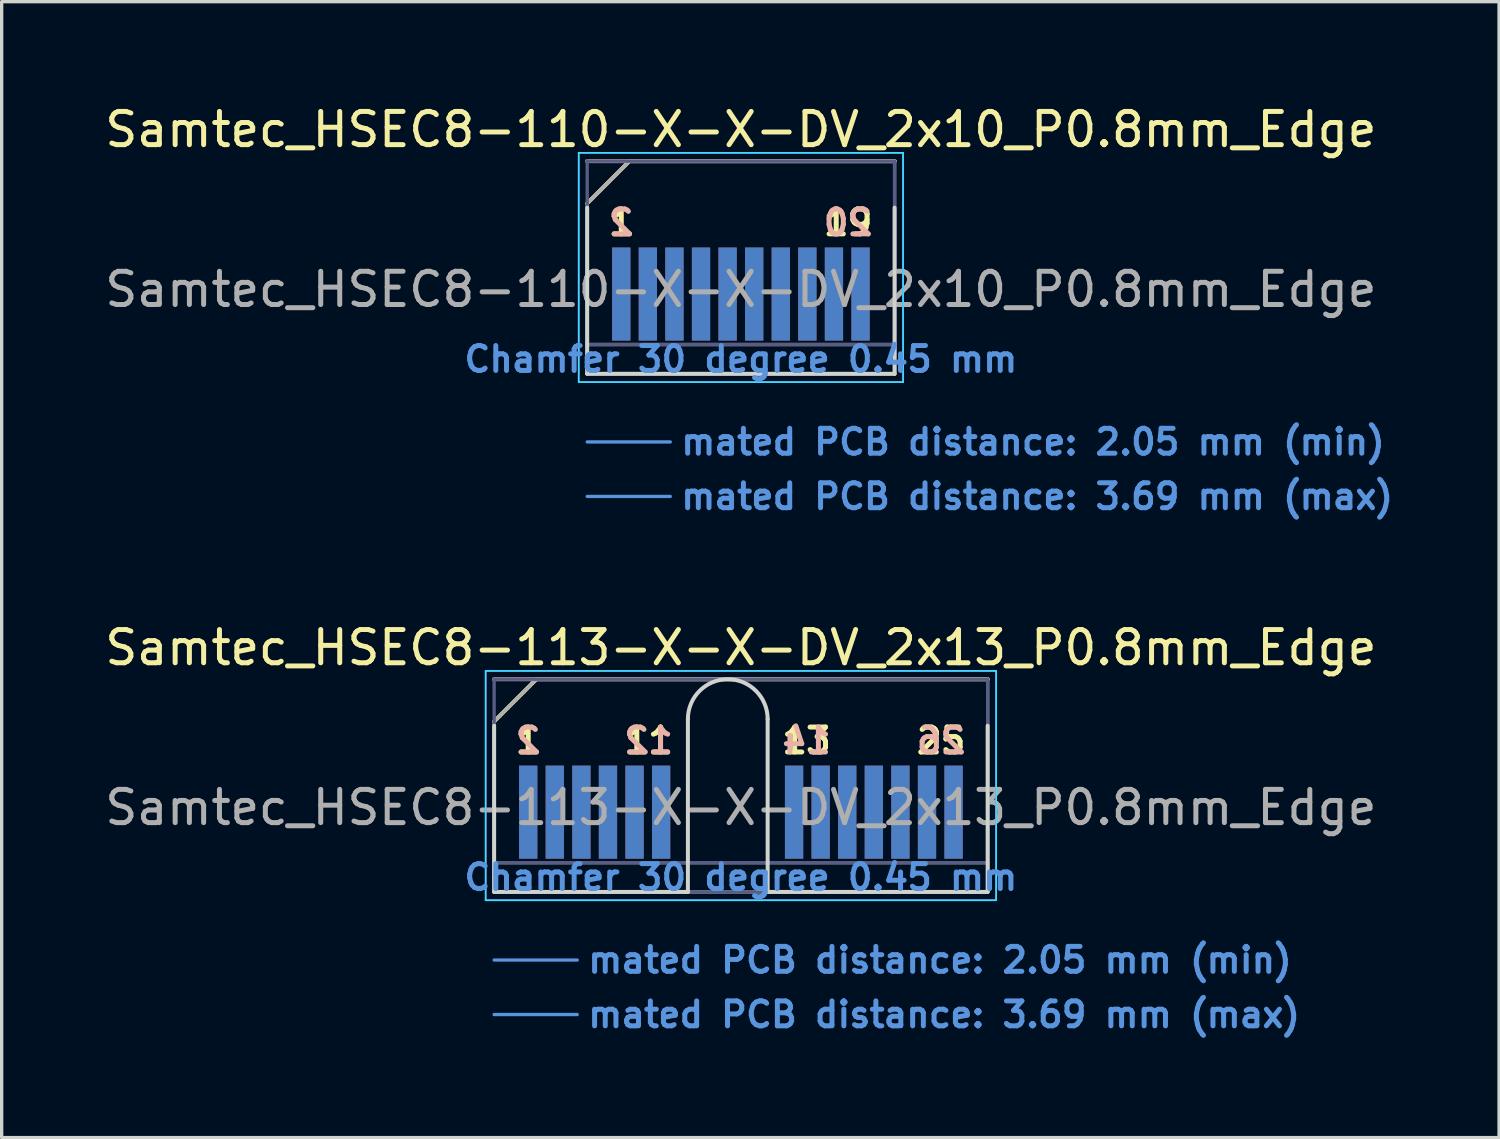
<source format=kicad_pcb>
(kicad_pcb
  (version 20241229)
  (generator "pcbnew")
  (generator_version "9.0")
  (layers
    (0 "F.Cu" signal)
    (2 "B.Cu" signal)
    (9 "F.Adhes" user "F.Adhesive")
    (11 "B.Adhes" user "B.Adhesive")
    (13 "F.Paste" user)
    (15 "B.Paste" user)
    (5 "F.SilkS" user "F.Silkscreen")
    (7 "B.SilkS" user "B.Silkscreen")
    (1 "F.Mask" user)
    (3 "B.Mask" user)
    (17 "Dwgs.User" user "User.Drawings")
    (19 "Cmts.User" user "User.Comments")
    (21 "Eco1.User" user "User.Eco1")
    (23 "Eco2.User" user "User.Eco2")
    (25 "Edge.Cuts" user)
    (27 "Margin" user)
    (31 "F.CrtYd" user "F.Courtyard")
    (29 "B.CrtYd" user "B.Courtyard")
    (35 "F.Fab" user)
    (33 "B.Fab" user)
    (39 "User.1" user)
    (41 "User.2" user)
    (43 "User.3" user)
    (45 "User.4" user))
  (footprint "Samtec_HSEC8-110-X-X-DV_2x10_P0.8mm_Edge"
    (layer "F.Cu")
    (at 19.244 8.198)
    (property "Reference" "Samtec_HSEC8-110-X-X-DV_2x10_P0.8mm_Edge" (at 0 -7.35 0) (layer "F.SilkS") (effects (font (size 1 1) (thickness 0.15))))
    (attr exclude_from_pos_files exclude_from_bom)
    (fp_line (start -4.625 -5.13) (end -3.355 -6.4) (stroke (width 0.12) (type solid)) (layer "F.SilkS"))
    (fp_line (start -3.355 -6.4) (end 4.625 -6.4) (stroke (width 0.12) (type solid)) (layer "F.SilkS"))
    (fp_line (start -4.625 -6.4) (end -4.625 -6.4) (stroke (width 0.12) (type solid)) (layer "B.SilkS"))
    (fp_line (start -4.625 -6.4) (end 4.625 -6.4) (stroke (width 0.12) (type solid)) (layer "B.SilkS"))
    (fp_line (start -4.625 2.05) (end -2.125 2.05) (stroke (width 0.1) (type solid)) (layer "Cmts.User"))
    (fp_line (start -4.625 3.69) (end -2.125 3.69) (stroke (width 0.1) (type solid)) (layer "Cmts.User"))
    (fp_line (start -4.625 -5) (end -4.625 0) (stroke (width 0.12) (type solid)) (layer "Edge.Cuts"))
    (fp_line (start -4.625 0) (end 4.625 0) (stroke (width 0.12) (type solid)) (layer "Edge.Cuts"))
    (fp_line (start 4.625 0) (end 4.625 -5) (stroke (width 0.12) (type solid)) (layer "Edge.Cuts"))
    (fp_line (start -4.88 -6.65) (end -4.88 0.25) (stroke (width 0.05) (type solid)) (layer "B.CrtYd"))
    (fp_line (start -4.88 0.25) (end 4.88 0.25) (stroke (width 0.05) (type solid)) (layer "B.CrtYd"))
    (fp_line (start 4.88 -6.65) (end -4.88 -6.65) (stroke (width 0.05) (type solid)) (layer "B.CrtYd"))
    (fp_line (start 4.88 0.25) (end 4.88 -6.65) (stroke (width 0.05) (type solid)) (layer "B.CrtYd"))
    (fp_line (start -4.88 -6.65) (end -4.88 0.25) (stroke (width 0.05) (type solid)) (layer "F.CrtYd"))
    (fp_line (start -4.88 0.25) (end 4.88 0.25) (stroke (width 0.05) (type solid)) (layer "F.CrtYd"))
    (fp_line (start 4.88 -6.65) (end -4.88 -6.65) (stroke (width 0.05) (type solid)) (layer "F.CrtYd"))
    (fp_line (start 4.88 0.25) (end 4.88 -6.65) (stroke (width 0.05) (type solid)) (layer "F.CrtYd"))
    (fp_line (start -4.625 -6.4) (end -4.625 -6.4) (stroke (width 0.1) (type solid)) (layer "B.Fab"))
    (fp_line (start -4.625 -6.4) (end -4.625 0) (stroke (width 0.1) (type solid)) (layer "B.Fab"))
    (fp_line (start -4.625 -6.4) (end 4.625 -6.4) (stroke (width 0.1) (type solid)) (layer "B.Fab"))
    (fp_line (start -4.625 -0.88) (end 4.625 -0.88) (stroke (width 0.1) (type solid)) (layer "B.Fab"))
    (fp_line (start -4.625 0) (end 4.625 0) (stroke (width 0.1) (type solid)) (layer "B.Fab"))
    (fp_line (start 4.625 -6.4) (end 4.625 0) (stroke (width 0.1) (type solid)) (layer "B.Fab"))
    (fp_line (start -4.625 -5.13) (end -4.625 0) (stroke (width 0.1) (type solid)) (layer "F.Fab"))
    (fp_line (start -4.625 -5.13) (end -3.355 -6.4) (stroke (width 0.1) (type solid)) (layer "F.Fab"))
    (fp_line (start -4.625 -0.88) (end 4.625 -0.88) (stroke (width 0.1) (type solid)) (layer "F.Fab"))
    (fp_line (start -4.625 0) (end 4.625 0) (stroke (width 0.1) (type solid)) (layer "F.Fab"))
    (fp_line (start -3.355 -6.4) (end 4.625 -6.4) (stroke (width 0.1) (type solid)) (layer "F.Fab"))
    (fp_line (start 4.625 -6.4) (end 4.625 0) (stroke (width 0.1) (type solid)) (layer "F.Fab"))
    (fp_text user "1" (at -3.6 -4.55 0) (layer "F.SilkS") (effects (font (size 0.75 0.75) (thickness 0.15))))
    (fp_text user "19" (at 3.225 -4.55 0) (layer "F.SilkS") (effects (font (size 0.75 0.75) (thickness 0.15))))
    (fp_text user "20" (at 3.225 -4.55 0) (layer "B.SilkS") (effects (font (size 0.75 0.75) (thickness 0.15)) (justify mirror)))
    (fp_text user "2" (at -3.6 -4.55 0) (layer "B.SilkS") (effects (font (size 0.75 0.75) (thickness 0.15)) (justify mirror)))
    (fp_text user "Chamfer 30 degree 0.45 mm" (at 0 -0.44 0) (layer "Cmts.User") (effects (font (size 0.75 0.75) (thickness 0.15))))
    (fp_text user "mated PCB distance: 2.05 mm (min)" (at -1.88 2.05 0) (layer "Cmts.User") (effects (font (size 0.75 0.75) (thickness 0.15)) (justify left)))
    (fp_text user "mated PCB distance: 3.69 mm (max)" (at -1.88 3.69 0) (layer "Cmts.User") (effects (font (size 0.75 0.75) (thickness 0.15)) (justify left)))
    (fp_text user "${REFERENCE}" (at 0 -2.54 0) (layer "F.Fab") (effects (font (size 1 1) (thickness 0.15))))
    (pad "1" connect rect (at -3.6 -2.4) (size 0.55 2.8) (layers "F.Cu" "F.Mask"))
    (pad "2" connect rect (at -3.6 -2.4) (size 0.55 2.8) (layers "B.Cu" "B.Mask"))
    (pad "3" connect rect (at -2.8 -2.4) (size 0.55 2.8) (layers "F.Cu" "F.Mask"))
    (pad "4" connect rect (at -2.8 -2.4) (size 0.55 2.8) (layers "B.Cu" "B.Mask"))
    (pad "5" connect rect (at -2 -2.4) (size 0.55 2.8) (layers "F.Cu" "F.Mask"))
    (pad "6" connect rect (at -2 -2.4) (size 0.55 2.8) (layers "B.Cu" "B.Mask"))
    (pad "7" connect rect (at -1.2 -2.4) (size 0.55 2.8) (layers "F.Cu" "F.Mask"))
    (pad "8" connect rect (at -1.2 -2.4) (size 0.55 2.8) (layers "B.Cu" "B.Mask"))
    (pad "9" connect rect (at -0.4 -2.4) (size 0.55 2.8) (layers "F.Cu" "F.Mask"))
    (pad "10" connect rect (at -0.4 -2.4) (size 0.55 2.8) (layers "B.Cu" "B.Mask"))
    (pad "11" connect rect (at 0.4 -2.4) (size 0.55 2.8) (layers "F.Cu" "F.Mask"))
    (pad "12" connect rect (at 0.4 -2.4) (size 0.55 2.8) (layers "B.Cu" "B.Mask"))
    (pad "13" connect rect (at 1.2 -2.4) (size 0.55 2.8) (layers "F.Cu" "F.Mask"))
    (pad "14" connect rect (at 1.2 -2.4) (size 0.55 2.8) (layers "B.Cu" "B.Mask"))
    (pad "15" connect rect (at 2 -2.4) (size 0.55 2.8) (layers "F.Cu" "F.Mask"))
    (pad "16" connect rect (at 2 -2.4) (size 0.55 2.8) (layers "B.Cu" "B.Mask"))
    (pad "17" connect rect (at 2.8 -2.4) (size 0.55 2.8) (layers "F.Cu" "F.Mask"))
    (pad "18" connect rect (at 2.8 -2.4) (size 0.55 2.8) (layers "B.Cu" "B.Mask"))
    (pad "19" connect rect (at 3.6 -2.4) (size 0.55 2.8) (layers "F.Cu" "F.Mask"))
    (pad "20" connect rect (at 3.6 -2.4) (size 0.55 2.8) (layers "B.Cu" "B.Mask")))
  (footprint "Samtec_HSEC8-113-X-X-DV_2x13_P0.8mm_Edge"
    (layer "F.Cu")
    (at 19.244 23.788)
    (property "Reference" "Samtec_HSEC8-113-X-X-DV_2x13_P0.8mm_Edge" (at 0 -7.35 0) (layer "F.SilkS") (effects (font (size 1 1) (thickness 0.15))))
    (attr exclude_from_pos_files exclude_from_bom)
    (fp_line (start -7.425 -5.13) (end -6.155 -6.4) (stroke (width 0.12) (type solid)) (layer "F.SilkS"))
    (fp_line (start -6.155 -6.4) (end 7.425 -6.4) (stroke (width 0.12) (type solid)) (layer "F.SilkS"))
    (fp_line (start -7.425 -6.4) (end -7.425 -6.4) (stroke (width 0.12) (type solid)) (layer "B.SilkS"))
    (fp_line (start -7.425 -6.4) (end 7.425 -6.4) (stroke (width 0.12) (type solid)) (layer "B.SilkS"))
    (fp_line (start -7.425 2.05) (end -4.925 2.05) (stroke (width 0.1) (type solid)) (layer "Cmts.User"))
    (fp_line (start -7.425 3.69) (end -4.925 3.69) (stroke (width 0.1) (type solid)) (layer "Cmts.User"))
    (fp_line (start -7.425 -5) (end -7.425 0) (stroke (width 0.12) (type solid)) (layer "Edge.Cuts"))
    (fp_line (start -7.425 0) (end -1.595 0) (stroke (width 0.12) (type solid)) (layer "Edge.Cuts"))
    (fp_line (start -1.595 0) (end -1.595 -5.2) (stroke (width 0.12) (type solid)) (layer "Edge.Cuts"))
    (fp_line (start 0.805 -5.2) (end 0.805 0) (stroke (width 0.12) (type solid)) (layer "Edge.Cuts"))
    (fp_line (start 0.805 0) (end 7.425 0) (stroke (width 0.12) (type solid)) (layer "Edge.Cuts"))
    (fp_line (start 7.425 0) (end 7.425 -5) (stroke (width 0.12) (type solid)) (layer "Edge.Cuts"))
    (fp_arc (start -1.595 -5.2) (mid -0.395 -6.4) (end 0.805 -5.2) (stroke (width 0.12) (type solid)) (layer "Edge.Cuts"))
    (fp_line (start -7.68 -6.65) (end -7.68 0.25) (stroke (width 0.05) (type solid)) (layer "B.CrtYd"))
    (fp_line (start -7.68 0.25) (end 7.68 0.25) (stroke (width 0.05) (type solid)) (layer "B.CrtYd"))
    (fp_line (start 7.68 -6.65) (end -7.68 -6.65) (stroke (width 0.05) (type solid)) (layer "B.CrtYd"))
    (fp_line (start 7.68 0.25) (end 7.68 -6.65) (stroke (width 0.05) (type solid)) (layer "B.CrtYd"))
    (fp_line (start -7.68 -6.65) (end -7.68 0.25) (stroke (width 0.05) (type solid)) (layer "F.CrtYd"))
    (fp_line (start -7.68 0.25) (end 7.68 0.25) (stroke (width 0.05) (type solid)) (layer "F.CrtYd"))
    (fp_line (start 7.68 -6.65) (end -7.68 -6.65) (stroke (width 0.05) (type solid)) (layer "F.CrtYd"))
    (fp_line (start 7.68 0.25) (end 7.68 -6.65) (stroke (width 0.05) (type solid)) (layer "F.CrtYd"))
    (fp_line (start -7.425 -6.4) (end -7.425 -6.4) (stroke (width 0.1) (type solid)) (layer "B.Fab"))
    (fp_line (start -7.425 -6.4) (end -7.425 0) (stroke (width 0.1) (type solid)) (layer "B.Fab"))
    (fp_line (start -7.425 -6.4) (end 7.425 -6.4) (stroke (width 0.1) (type solid)) (layer "B.Fab"))
    (fp_line (start -7.425 -0.88) (end 7.425 -0.88) (stroke (width 0.1) (type solid)) (layer "B.Fab"))
    (fp_line (start -7.425 0) (end 7.425 0) (stroke (width 0.1) (type solid)) (layer "B.Fab"))
    (fp_line (start 7.425 -6.4) (end 7.425 0) (stroke (width 0.1) (type solid)) (layer "B.Fab"))
    (fp_line (start -7.425 -5.13) (end -7.425 0) (stroke (width 0.1) (type solid)) (layer "F.Fab"))
    (fp_line (start -7.425 -5.13) (end -6.155 -6.4) (stroke (width 0.1) (type solid)) (layer "F.Fab"))
    (fp_line (start -7.425 -0.88) (end 7.425 -0.88) (stroke (width 0.1) (type solid)) (layer "F.Fab"))
    (fp_line (start -7.425 0) (end 7.425 0) (stroke (width 0.1) (type solid)) (layer "F.Fab"))
    (fp_line (start -6.155 -6.4) (end 7.425 -6.4) (stroke (width 0.1) (type solid)) (layer "F.Fab"))
    (fp_line (start 7.425 -6.4) (end 7.425 0) (stroke (width 0.1) (type solid)) (layer "F.Fab"))
    (fp_text user "25" (at 6.025 -4.55 0) (layer "F.SilkS") (effects (font (size 0.75 0.75) (thickness 0.15))))
    (fp_text user "11" (at -2.775 -4.55 0) (layer "F.SilkS") (effects (font (size 0.75 0.75) (thickness 0.15))))
    (fp_text user "1" (at -6.4 -4.55 0) (layer "F.SilkS") (effects (font (size 0.75 0.75) (thickness 0.15))))
    (fp_text user "13" (at 1.975 -4.55 0) (layer "F.SilkS") (effects (font (size 0.75 0.75) (thickness 0.15))))
    (fp_text user "26" (at 6.025 -4.55 0) (layer "B.SilkS") (effects (font (size 0.75 0.75) (thickness 0.15)) (justify mirror)))
    (fp_text user "12" (at -2.775 -4.55 0) (layer "B.SilkS") (effects (font (size 0.75 0.75) (thickness 0.15)) (justify mirror)))
    (fp_text user "14" (at 1.975 -4.55 0) (layer "B.SilkS") (effects (font (size 0.75 0.75) (thickness 0.15)) (justify mirror)))
    (fp_text user "2" (at -6.4 -4.55 0) (layer "B.SilkS") (effects (font (size 0.75 0.75) (thickness 0.15)) (justify mirror)))
    (fp_text user "mated PCB distance: 3.69 mm (max)" (at -4.68 3.69 0) (layer "Cmts.User") (effects (font (size 0.75 0.75) (thickness 0.15)) (justify left)))
    (fp_text user "mated PCB distance: 2.05 mm (min)" (at -4.68 2.05 0) (layer "Cmts.User") (effects (font (size 0.75 0.75) (thickness 0.15)) (justify left)))
    (fp_text user "Chamfer 30 degree 0.45 mm" (at 0 -0.44 0) (layer "Cmts.User") (effects (font (size 0.75 0.75) (thickness 0.15))))
    (fp_text user "${REFERENCE}" (at 0 -2.54 0) (layer "F.Fab") (effects (font (size 1 1) (thickness 0.15))))
    (pad "1" connect rect (at -6.4 -2.4) (size 0.55 2.8) (layers "F.Cu" "F.Mask"))
    (pad "2" connect rect (at -6.4 -2.4) (size 0.55 2.8) (layers "B.Cu" "B.Mask"))
    (pad "3" connect rect (at -5.6 -2.4) (size 0.55 2.8) (layers "F.Cu" "F.Mask"))
    (pad "4" connect rect (at -5.6 -2.4) (size 0.55 2.8) (layers "B.Cu" "B.Mask"))
    (pad "5" connect rect (at -4.8 -2.4) (size 0.55 2.8) (layers "F.Cu" "F.Mask"))
    (pad "6" connect rect (at -4.8 -2.4) (size 0.55 2.8) (layers "B.Cu" "B.Mask"))
    (pad "7" connect rect (at -4 -2.4) (size 0.55 2.8) (layers "F.Cu" "F.Mask"))
    (pad "8" connect rect (at -4 -2.4) (size 0.55 2.8) (layers "B.Cu" "B.Mask"))
    (pad "9" connect rect (at -3.2 -2.4) (size 0.55 2.8) (layers "F.Cu" "F.Mask"))
    (pad "10" connect rect (at -3.2 -2.4) (size 0.55 2.8) (layers "B.Cu" "B.Mask"))
    (pad "11" connect rect (at -2.4 -2.4) (size 0.55 2.8) (layers "F.Cu" "F.Mask"))
    (pad "12" connect rect (at -2.4 -2.4) (size 0.55 2.8) (layers "B.Cu" "B.Mask"))
    (pad "13" connect rect (at 1.6 -2.4) (size 0.55 2.8) (layers "F.Cu" "F.Mask"))
    (pad "14" connect rect (at 1.6 -2.4) (size 0.55 2.8) (layers "B.Cu" "B.Mask"))
    (pad "15" connect rect (at 2.4 -2.4) (size 0.55 2.8) (layers "F.Cu" "F.Mask"))
    (pad "16" connect rect (at 2.4 -2.4) (size 0.55 2.8) (layers "B.Cu" "B.Mask"))
    (pad "17" connect rect (at 3.2 -2.4) (size 0.55 2.8) (layers "F.Cu" "F.Mask"))
    (pad "18" connect rect (at 3.2 -2.4) (size 0.55 2.8) (layers "B.Cu" "B.Mask"))
    (pad "19" connect rect (at 4 -2.4) (size 0.55 2.8) (layers "F.Cu" "F.Mask"))
    (pad "20" connect rect (at 4 -2.4) (size 0.55 2.8) (layers "B.Cu" "B.Mask"))
    (pad "21" connect rect (at 4.8 -2.4) (size 0.55 2.8) (layers "F.Cu" "F.Mask"))
    (pad "22" connect rect (at 4.8 -2.4) (size 0.55 2.8) (layers "B.Cu" "B.Mask"))
    (pad "23" connect rect (at 5.6 -2.4) (size 0.55 2.8) (layers "F.Cu" "F.Mask"))
    (pad "24" connect rect (at 5.6 -2.4) (size 0.55 2.8) (layers "B.Cu" "B.Mask"))
    (pad "25" connect rect (at 6.4 -2.4) (size 0.55 2.8) (layers "F.Cu" "F.Mask"))
    (pad "26" connect rect (at 6.4 -2.4) (size 0.55 2.8) (layers "B.Cu" "B.Mask")))
  (gr_rect
    (start -3 -3)
    (end 42.057 31.18)
    (stroke (width 0.1) (type default))
    (fill no)
    (layer "Edge.Cuts")))
</source>
